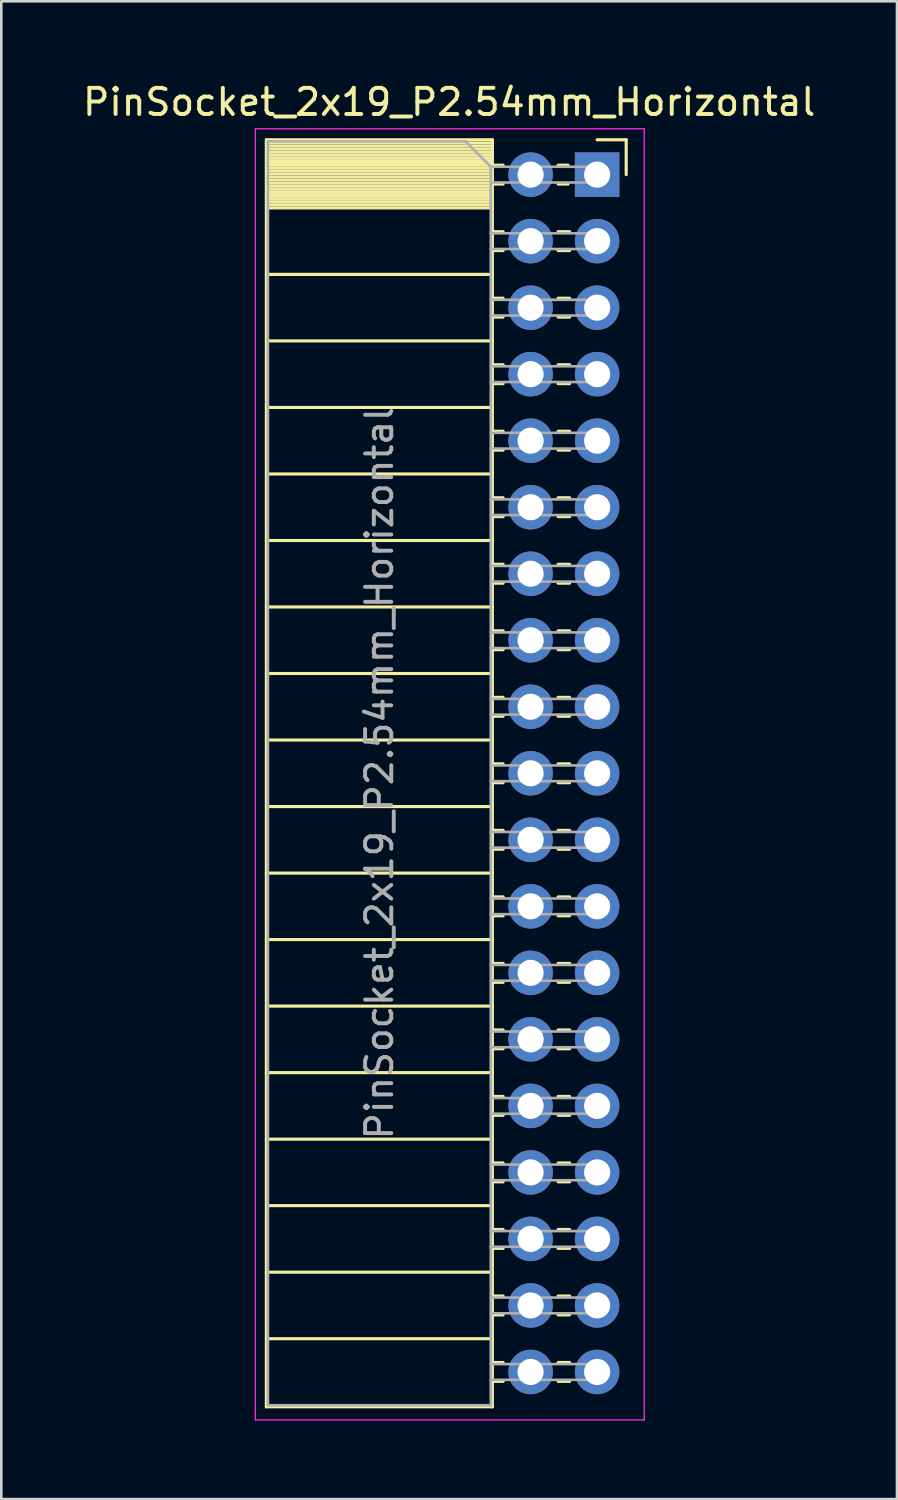
<source format=kicad_pcb>
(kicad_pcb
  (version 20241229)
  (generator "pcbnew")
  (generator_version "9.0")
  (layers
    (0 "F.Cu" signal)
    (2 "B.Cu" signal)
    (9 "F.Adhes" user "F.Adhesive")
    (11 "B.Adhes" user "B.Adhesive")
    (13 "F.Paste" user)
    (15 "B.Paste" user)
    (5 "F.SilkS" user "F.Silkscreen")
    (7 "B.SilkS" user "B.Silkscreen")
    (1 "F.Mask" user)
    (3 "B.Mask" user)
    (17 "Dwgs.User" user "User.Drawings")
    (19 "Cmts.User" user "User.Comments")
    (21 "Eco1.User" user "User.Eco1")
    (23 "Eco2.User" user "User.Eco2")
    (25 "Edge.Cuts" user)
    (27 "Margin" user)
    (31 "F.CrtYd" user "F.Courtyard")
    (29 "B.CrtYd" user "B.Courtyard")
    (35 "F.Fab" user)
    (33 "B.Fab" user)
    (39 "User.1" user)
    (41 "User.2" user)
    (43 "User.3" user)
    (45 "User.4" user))
  (footprint "PinSocket_2x19_P2.54mm_Horizontal"
    (layer "F.Cu")
    (at 19.751 3.618)
    (property "Reference" "PinSocket_2x19_P2.54mm_Horizontal" (at -5.65 -2.77 0) (layer "F.SilkS") (effects (font (size 1 1) (thickness 0.15))))
    (attr through_hole)
    (fp_line (start -12.63 -1.33) (end -12.63 47.05) (stroke (width 0.12) (type solid)) (layer "F.SilkS"))
    (fp_line (start -12.63 -1.33) (end -4 -1.33) (stroke (width 0.12) (type solid)) (layer "F.SilkS"))
    (fp_line (start -12.63 -1.21) (end -4 -1.21) (stroke (width 0.12) (type solid)) (layer "F.SilkS"))
    (fp_line (start -12.63 -1.092) (end -4 -1.092) (stroke (width 0.12) (type solid)) (layer "F.SilkS"))
    (fp_line (start -12.63 -0.974) (end -4 -0.974) (stroke (width 0.12) (type solid)) (layer "F.SilkS"))
    (fp_line (start -12.63 -0.856) (end -4 -0.856) (stroke (width 0.12) (type solid)) (layer "F.SilkS"))
    (fp_line (start -12.63 -0.738) (end -4 -0.738) (stroke (width 0.12) (type solid)) (layer "F.SilkS"))
    (fp_line (start -12.63 -0.62) (end -4 -0.62) (stroke (width 0.12) (type solid)) (layer "F.SilkS"))
    (fp_line (start -12.63 -0.501) (end -4 -0.501) (stroke (width 0.12) (type solid)) (layer "F.SilkS"))
    (fp_line (start -12.63 -0.383) (end -4 -0.383) (stroke (width 0.12) (type solid)) (layer "F.SilkS"))
    (fp_line (start -12.63 -0.265) (end -4 -0.265) (stroke (width 0.12) (type solid)) (layer "F.SilkS"))
    (fp_line (start -12.63 -0.147) (end -4 -0.147) (stroke (width 0.12) (type solid)) (layer "F.SilkS"))
    (fp_line (start -12.63 -0.029) (end -4 -0.029) (stroke (width 0.12) (type solid)) (layer "F.SilkS"))
    (fp_line (start -12.63 0.089) (end -4 0.089) (stroke (width 0.12) (type solid)) (layer "F.SilkS"))
    (fp_line (start -12.63 0.207) (end -4 0.207) (stroke (width 0.12) (type solid)) (layer "F.SilkS"))
    (fp_line (start -12.63 0.325) (end -4 0.325) (stroke (width 0.12) (type solid)) (layer "F.SilkS"))
    (fp_line (start -12.63 0.443) (end -4 0.443) (stroke (width 0.12) (type solid)) (layer "F.SilkS"))
    (fp_line (start -12.63 0.561) (end -4 0.561) (stroke (width 0.12) (type solid)) (layer "F.SilkS"))
    (fp_line (start -12.63 0.68) (end -4 0.68) (stroke (width 0.12) (type solid)) (layer "F.SilkS"))
    (fp_line (start -12.63 0.798) (end -4 0.798) (stroke (width 0.12) (type solid)) (layer "F.SilkS"))
    (fp_line (start -12.63 0.916) (end -4 0.916) (stroke (width 0.12) (type solid)) (layer "F.SilkS"))
    (fp_line (start -12.63 1.034) (end -4 1.034) (stroke (width 0.12) (type solid)) (layer "F.SilkS"))
    (fp_line (start -12.63 1.152) (end -4 1.152) (stroke (width 0.12) (type solid)) (layer "F.SilkS"))
    (fp_line (start -12.63 1.27) (end -4 1.27) (stroke (width 0.12) (type solid)) (layer "F.SilkS"))
    (fp_line (start -12.63 3.81) (end -4 3.81) (stroke (width 0.12) (type solid)) (layer "F.SilkS"))
    (fp_line (start -12.63 6.35) (end -4 6.35) (stroke (width 0.12) (type solid)) (layer "F.SilkS"))
    (fp_line (start -12.63 8.89) (end -4 8.89) (stroke (width 0.12) (type solid)) (layer "F.SilkS"))
    (fp_line (start -12.63 11.43) (end -4 11.43) (stroke (width 0.12) (type solid)) (layer "F.SilkS"))
    (fp_line (start -12.63 13.97) (end -4 13.97) (stroke (width 0.12) (type solid)) (layer "F.SilkS"))
    (fp_line (start -12.63 16.51) (end -4 16.51) (stroke (width 0.12) (type solid)) (layer "F.SilkS"))
    (fp_line (start -12.63 19.05) (end -4 19.05) (stroke (width 0.12) (type solid)) (layer "F.SilkS"))
    (fp_line (start -12.63 21.59) (end -4 21.59) (stroke (width 0.12) (type solid)) (layer "F.SilkS"))
    (fp_line (start -12.63 24.13) (end -4 24.13) (stroke (width 0.12) (type solid)) (layer "F.SilkS"))
    (fp_line (start -12.63 26.67) (end -4 26.67) (stroke (width 0.12) (type solid)) (layer "F.SilkS"))
    (fp_line (start -12.63 29.21) (end -4 29.21) (stroke (width 0.12) (type solid)) (layer "F.SilkS"))
    (fp_line (start -12.63 31.75) (end -4 31.75) (stroke (width 0.12) (type solid)) (layer "F.SilkS"))
    (fp_line (start -12.63 34.29) (end -4 34.29) (stroke (width 0.12) (type solid)) (layer "F.SilkS"))
    (fp_line (start -12.63 36.83) (end -4 36.83) (stroke (width 0.12) (type solid)) (layer "F.SilkS"))
    (fp_line (start -12.63 39.37) (end -4 39.37) (stroke (width 0.12) (type solid)) (layer "F.SilkS"))
    (fp_line (start -12.63 41.91) (end -4 41.91) (stroke (width 0.12) (type solid)) (layer "F.SilkS"))
    (fp_line (start -12.63 44.45) (end -4 44.45) (stroke (width 0.12) (type solid)) (layer "F.SilkS"))
    (fp_line (start -12.63 47.05) (end -4 47.05) (stroke (width 0.12) (type solid)) (layer "F.SilkS"))
    (fp_line (start -4 -1.33) (end -4 47.05) (stroke (width 0.12) (type solid)) (layer "F.SilkS"))
    (fp_line (start -4 -0.36) (end -3.59 -0.36) (stroke (width 0.12) (type solid)) (layer "F.SilkS"))
    (fp_line (start -4 0.36) (end -3.59 0.36) (stroke (width 0.12) (type solid)) (layer "F.SilkS"))
    (fp_line (start -4 2.18) (end -3.59 2.18) (stroke (width 0.12) (type solid)) (layer "F.SilkS"))
    (fp_line (start -4 2.9) (end -3.59 2.9) (stroke (width 0.12) (type solid)) (layer "F.SilkS"))
    (fp_line (start -4 4.72) (end -3.59 4.72) (stroke (width 0.12) (type solid)) (layer "F.SilkS"))
    (fp_line (start -4 5.44) (end -3.59 5.44) (stroke (width 0.12) (type solid)) (layer "F.SilkS"))
    (fp_line (start -4 7.26) (end -3.59 7.26) (stroke (width 0.12) (type solid)) (layer "F.SilkS"))
    (fp_line (start -4 7.98) (end -3.59 7.98) (stroke (width 0.12) (type solid)) (layer "F.SilkS"))
    (fp_line (start -4 9.8) (end -3.59 9.8) (stroke (width 0.12) (type solid)) (layer "F.SilkS"))
    (fp_line (start -4 10.52) (end -3.59 10.52) (stroke (width 0.12) (type solid)) (layer "F.SilkS"))
    (fp_line (start -4 12.34) (end -3.59 12.34) (stroke (width 0.12) (type solid)) (layer "F.SilkS"))
    (fp_line (start -4 13.06) (end -3.59 13.06) (stroke (width 0.12) (type solid)) (layer "F.SilkS"))
    (fp_line (start -4 14.88) (end -3.59 14.88) (stroke (width 0.12) (type solid)) (layer "F.SilkS"))
    (fp_line (start -4 15.6) (end -3.59 15.6) (stroke (width 0.12) (type solid)) (layer "F.SilkS"))
    (fp_line (start -4 17.42) (end -3.59 17.42) (stroke (width 0.12) (type solid)) (layer "F.SilkS"))
    (fp_line (start -4 18.14) (end -3.59 18.14) (stroke (width 0.12) (type solid)) (layer "F.SilkS"))
    (fp_line (start -4 19.96) (end -3.59 19.96) (stroke (width 0.12) (type solid)) (layer "F.SilkS"))
    (fp_line (start -4 20.68) (end -3.59 20.68) (stroke (width 0.12) (type solid)) (layer "F.SilkS"))
    (fp_line (start -4 22.5) (end -3.59 22.5) (stroke (width 0.12) (type solid)) (layer "F.SilkS"))
    (fp_line (start -4 23.22) (end -3.59 23.22) (stroke (width 0.12) (type solid)) (layer "F.SilkS"))
    (fp_line (start -4 25.04) (end -3.59 25.04) (stroke (width 0.12) (type solid)) (layer "F.SilkS"))
    (fp_line (start -4 25.76) (end -3.59 25.76) (stroke (width 0.12) (type solid)) (layer "F.SilkS"))
    (fp_line (start -4 27.58) (end -3.59 27.58) (stroke (width 0.12) (type solid)) (layer "F.SilkS"))
    (fp_line (start -4 28.3) (end -3.59 28.3) (stroke (width 0.12) (type solid)) (layer "F.SilkS"))
    (fp_line (start -4 30.12) (end -3.59 30.12) (stroke (width 0.12) (type solid)) (layer "F.SilkS"))
    (fp_line (start -4 30.84) (end -3.59 30.84) (stroke (width 0.12) (type solid)) (layer "F.SilkS"))
    (fp_line (start -4 32.66) (end -3.59 32.66) (stroke (width 0.12) (type solid)) (layer "F.SilkS"))
    (fp_line (start -4 33.38) (end -3.59 33.38) (stroke (width 0.12) (type solid)) (layer "F.SilkS"))
    (fp_line (start -4 35.2) (end -3.59 35.2) (stroke (width 0.12) (type solid)) (layer "F.SilkS"))
    (fp_line (start -4 35.92) (end -3.59 35.92) (stroke (width 0.12) (type solid)) (layer "F.SilkS"))
    (fp_line (start -4 37.74) (end -3.59 37.74) (stroke (width 0.12) (type solid)) (layer "F.SilkS"))
    (fp_line (start -4 38.46) (end -3.59 38.46) (stroke (width 0.12) (type solid)) (layer "F.SilkS"))
    (fp_line (start -4 40.28) (end -3.59 40.28) (stroke (width 0.12) (type solid)) (layer "F.SilkS"))
    (fp_line (start -4 41) (end -3.59 41) (stroke (width 0.12) (type solid)) (layer "F.SilkS"))
    (fp_line (start -4 42.82) (end -3.59 42.82) (stroke (width 0.12) (type solid)) (layer "F.SilkS"))
    (fp_line (start -4 43.54) (end -3.59 43.54) (stroke (width 0.12) (type solid)) (layer "F.SilkS"))
    (fp_line (start -4 45.36) (end -3.59 45.36) (stroke (width 0.12) (type solid)) (layer "F.SilkS"))
    (fp_line (start -4 46.08) (end -3.59 46.08) (stroke (width 0.12) (type solid)) (layer "F.SilkS"))
    (fp_line (start -1.49 -0.36) (end -1.11 -0.36) (stroke (width 0.12) (type solid)) (layer "F.SilkS"))
    (fp_line (start -1.49 0.36) (end -1.11 0.36) (stroke (width 0.12) (type solid)) (layer "F.SilkS"))
    (fp_line (start -1.49 2.18) (end -1.05 2.18) (stroke (width 0.12) (type solid)) (layer "F.SilkS"))
    (fp_line (start -1.49 2.9) (end -1.05 2.9) (stroke (width 0.12) (type solid)) (layer "F.SilkS"))
    (fp_line (start -1.49 4.72) (end -1.05 4.72) (stroke (width 0.12) (type solid)) (layer "F.SilkS"))
    (fp_line (start -1.49 5.44) (end -1.05 5.44) (stroke (width 0.12) (type solid)) (layer "F.SilkS"))
    (fp_line (start -1.49 7.26) (end -1.05 7.26) (stroke (width 0.12) (type solid)) (layer "F.SilkS"))
    (fp_line (start -1.49 7.98) (end -1.05 7.98) (stroke (width 0.12) (type solid)) (layer "F.SilkS"))
    (fp_line (start -1.49 9.8) (end -1.05 9.8) (stroke (width 0.12) (type solid)) (layer "F.SilkS"))
    (fp_line (start -1.49 10.52) (end -1.05 10.52) (stroke (width 0.12) (type solid)) (layer "F.SilkS"))
    (fp_line (start -1.49 12.34) (end -1.05 12.34) (stroke (width 0.12) (type solid)) (layer "F.SilkS"))
    (fp_line (start -1.49 13.06) (end -1.05 13.06) (stroke (width 0.12) (type solid)) (layer "F.SilkS"))
    (fp_line (start -1.49 14.88) (end -1.05 14.88) (stroke (width 0.12) (type solid)) (layer "F.SilkS"))
    (fp_line (start -1.49 15.6) (end -1.05 15.6) (stroke (width 0.12) (type solid)) (layer "F.SilkS"))
    (fp_line (start -1.49 17.42) (end -1.05 17.42) (stroke (width 0.12) (type solid)) (layer "F.SilkS"))
    (fp_line (start -1.49 18.14) (end -1.05 18.14) (stroke (width 0.12) (type solid)) (layer "F.SilkS"))
    (fp_line (start -1.49 19.96) (end -1.05 19.96) (stroke (width 0.12) (type solid)) (layer "F.SilkS"))
    (fp_line (start -1.49 20.68) (end -1.05 20.68) (stroke (width 0.12) (type solid)) (layer "F.SilkS"))
    (fp_line (start -1.49 22.5) (end -1.05 22.5) (stroke (width 0.12) (type solid)) (layer "F.SilkS"))
    (fp_line (start -1.49 23.22) (end -1.05 23.22) (stroke (width 0.12) (type solid)) (layer "F.SilkS"))
    (fp_line (start -1.49 25.04) (end -1.05 25.04) (stroke (width 0.12) (type solid)) (layer "F.SilkS"))
    (fp_line (start -1.49 25.76) (end -1.05 25.76) (stroke (width 0.12) (type solid)) (layer "F.SilkS"))
    (fp_line (start -1.49 27.58) (end -1.05 27.58) (stroke (width 0.12) (type solid)) (layer "F.SilkS"))
    (fp_line (start -1.49 28.3) (end -1.05 28.3) (stroke (width 0.12) (type solid)) (layer "F.SilkS"))
    (fp_line (start -1.49 30.12) (end -1.05 30.12) (stroke (width 0.12) (type solid)) (layer "F.SilkS"))
    (fp_line (start -1.49 30.84) (end -1.05 30.84) (stroke (width 0.12) (type solid)) (layer "F.SilkS"))
    (fp_line (start -1.49 32.66) (end -1.05 32.66) (stroke (width 0.12) (type solid)) (layer "F.SilkS"))
    (fp_line (start -1.49 33.38) (end -1.05 33.38) (stroke (width 0.12) (type solid)) (layer "F.SilkS"))
    (fp_line (start -1.49 35.2) (end -1.05 35.2) (stroke (width 0.12) (type solid)) (layer "F.SilkS"))
    (fp_line (start -1.49 35.92) (end -1.05 35.92) (stroke (width 0.12) (type solid)) (layer "F.SilkS"))
    (fp_line (start -1.49 37.74) (end -1.05 37.74) (stroke (width 0.12) (type solid)) (layer "F.SilkS"))
    (fp_line (start -1.49 38.46) (end -1.05 38.46) (stroke (width 0.12) (type solid)) (layer "F.SilkS"))
    (fp_line (start -1.49 40.28) (end -1.05 40.28) (stroke (width 0.12) (type solid)) (layer "F.SilkS"))
    (fp_line (start -1.49 41) (end -1.05 41) (stroke (width 0.12) (type solid)) (layer "F.SilkS"))
    (fp_line (start -1.49 42.82) (end -1.05 42.82) (stroke (width 0.12) (type solid)) (layer "F.SilkS"))
    (fp_line (start -1.49 43.54) (end -1.05 43.54) (stroke (width 0.12) (type solid)) (layer "F.SilkS"))
    (fp_line (start -1.49 45.36) (end -1.05 45.36) (stroke (width 0.12) (type solid)) (layer "F.SilkS"))
    (fp_line (start -1.49 46.08) (end -1.05 46.08) (stroke (width 0.12) (type solid)) (layer "F.SilkS"))
    (fp_line (start 0 -1.33) (end 1.11 -1.33) (stroke (width 0.12) (type solid)) (layer "F.SilkS"))
    (fp_line (start 1.11 -1.33) (end 1.11 0) (stroke (width 0.12) (type solid)) (layer "F.SilkS"))
    (fp_line (start -13.05 -1.75) (end -13.05 47.55) (stroke (width 0.05) (type solid)) (layer "F.CrtYd"))
    (fp_line (start -13.05 47.55) (end 1.8 47.55) (stroke (width 0.05) (type solid)) (layer "F.CrtYd"))
    (fp_line (start 1.8 -1.75) (end -13.05 -1.75) (stroke (width 0.05) (type solid)) (layer "F.CrtYd"))
    (fp_line (start 1.8 47.55) (end 1.8 -1.75) (stroke (width 0.05) (type solid)) (layer "F.CrtYd"))
    (fp_line (start -12.57 -1.27) (end -5.03 -1.27) (stroke (width 0.1) (type solid)) (layer "F.Fab"))
    (fp_line (start -12.57 46.99) (end -12.57 -1.27) (stroke (width 0.1) (type solid)) (layer "F.Fab"))
    (fp_line (start -5.03 -1.27) (end -4.06 -0.3) (stroke (width 0.1) (type solid)) (layer "F.Fab"))
    (fp_line (start -4.06 -0.3) (end -4.06 46.99) (stroke (width 0.1) (type solid)) (layer "F.Fab"))
    (fp_line (start -4.06 0.3) (end 0 0.3) (stroke (width 0.1) (type solid)) (layer "F.Fab"))
    (fp_line (start -4.06 2.84) (end 0 2.84) (stroke (width 0.1) (type solid)) (layer "F.Fab"))
    (fp_line (start -4.06 5.38) (end 0 5.38) (stroke (width 0.1) (type solid)) (layer "F.Fab"))
    (fp_line (start -4.06 7.92) (end 0 7.92) (stroke (width 0.1) (type solid)) (layer "F.Fab"))
    (fp_line (start -4.06 10.46) (end 0 10.46) (stroke (width 0.1) (type solid)) (layer "F.Fab"))
    (fp_line (start -4.06 13) (end 0 13) (stroke (width 0.1) (type solid)) (layer "F.Fab"))
    (fp_line (start -4.06 15.54) (end 0 15.54) (stroke (width 0.1) (type solid)) (layer "F.Fab"))
    (fp_line (start -4.06 18.08) (end 0 18.08) (stroke (width 0.1) (type solid)) (layer "F.Fab"))
    (fp_line (start -4.06 20.62) (end 0 20.62) (stroke (width 0.1) (type solid)) (layer "F.Fab"))
    (fp_line (start -4.06 23.16) (end 0 23.16) (stroke (width 0.1) (type solid)) (layer "F.Fab"))
    (fp_line (start -4.06 25.7) (end 0 25.7) (stroke (width 0.1) (type solid)) (layer "F.Fab"))
    (fp_line (start -4.06 28.24) (end 0 28.24) (stroke (width 0.1) (type solid)) (layer "F.Fab"))
    (fp_line (start -4.06 30.78) (end 0 30.78) (stroke (width 0.1) (type solid)) (layer "F.Fab"))
    (fp_line (start -4.06 33.32) (end 0 33.32) (stroke (width 0.1) (type solid)) (layer "F.Fab"))
    (fp_line (start -4.06 35.86) (end 0 35.86) (stroke (width 0.1) (type solid)) (layer "F.Fab"))
    (fp_line (start -4.06 38.4) (end 0 38.4) (stroke (width 0.1) (type solid)) (layer "F.Fab"))
    (fp_line (start -4.06 40.94) (end 0 40.94) (stroke (width 0.1) (type solid)) (layer "F.Fab"))
    (fp_line (start -4.06 43.48) (end 0 43.48) (stroke (width 0.1) (type solid)) (layer "F.Fab"))
    (fp_line (start -4.06 46.02) (end 0 46.02) (stroke (width 0.1) (type solid)) (layer "F.Fab"))
    (fp_line (start -4.06 46.99) (end -12.57 46.99) (stroke (width 0.1) (type solid)) (layer "F.Fab"))
    (fp_line (start 0 -0.3) (end -4.06 -0.3) (stroke (width 0.1) (type solid)) (layer "F.Fab"))
    (fp_line (start 0 0.3) (end 0 -0.3) (stroke (width 0.1) (type solid)) (layer "F.Fab"))
    (fp_line (start 0 2.24) (end -4.06 2.24) (stroke (width 0.1) (type solid)) (layer "F.Fab"))
    (fp_line (start 0 2.84) (end 0 2.24) (stroke (width 0.1) (type solid)) (layer "F.Fab"))
    (fp_line (start 0 4.78) (end -4.06 4.78) (stroke (width 0.1) (type solid)) (layer "F.Fab"))
    (fp_line (start 0 5.38) (end 0 4.78) (stroke (width 0.1) (type solid)) (layer "F.Fab"))
    (fp_line (start 0 7.32) (end -4.06 7.32) (stroke (width 0.1) (type solid)) (layer "F.Fab"))
    (fp_line (start 0 7.92) (end 0 7.32) (stroke (width 0.1) (type solid)) (layer "F.Fab"))
    (fp_line (start 0 9.86) (end -4.06 9.86) (stroke (width 0.1) (type solid)) (layer "F.Fab"))
    (fp_line (start 0 10.46) (end 0 9.86) (stroke (width 0.1) (type solid)) (layer "F.Fab"))
    (fp_line (start 0 12.4) (end -4.06 12.4) (stroke (width 0.1) (type solid)) (layer "F.Fab"))
    (fp_line (start 0 13) (end 0 12.4) (stroke (width 0.1) (type solid)) (layer "F.Fab"))
    (fp_line (start 0 14.94) (end -4.06 14.94) (stroke (width 0.1) (type solid)) (layer "F.Fab"))
    (fp_line (start 0 15.54) (end 0 14.94) (stroke (width 0.1) (type solid)) (layer "F.Fab"))
    (fp_line (start 0 17.48) (end -4.06 17.48) (stroke (width 0.1) (type solid)) (layer "F.Fab"))
    (fp_line (start 0 18.08) (end 0 17.48) (stroke (width 0.1) (type solid)) (layer "F.Fab"))
    (fp_line (start 0 20.02) (end -4.06 20.02) (stroke (width 0.1) (type solid)) (layer "F.Fab"))
    (fp_line (start 0 20.62) (end 0 20.02) (stroke (width 0.1) (type solid)) (layer "F.Fab"))
    (fp_line (start 0 22.56) (end -4.06 22.56) (stroke (width 0.1) (type solid)) (layer "F.Fab"))
    (fp_line (start 0 23.16) (end 0 22.56) (stroke (width 0.1) (type solid)) (layer "F.Fab"))
    (fp_line (start 0 25.1) (end -4.06 25.1) (stroke (width 0.1) (type solid)) (layer "F.Fab"))
    (fp_line (start 0 25.7) (end 0 25.1) (stroke (width 0.1) (type solid)) (layer "F.Fab"))
    (fp_line (start 0 27.64) (end -4.06 27.64) (stroke (width 0.1) (type solid)) (layer "F.Fab"))
    (fp_line (start 0 28.24) (end 0 27.64) (stroke (width 0.1) (type solid)) (layer "F.Fab"))
    (fp_line (start 0 30.18) (end -4.06 30.18) (stroke (width 0.1) (type solid)) (layer "F.Fab"))
    (fp_line (start 0 30.78) (end 0 30.18) (stroke (width 0.1) (type solid)) (layer "F.Fab"))
    (fp_line (start 0 32.72) (end -4.06 32.72) (stroke (width 0.1) (type solid)) (layer "F.Fab"))
    (fp_line (start 0 33.32) (end 0 32.72) (stroke (width 0.1) (type solid)) (layer "F.Fab"))
    (fp_line (start 0 35.26) (end -4.06 35.26) (stroke (width 0.1) (type solid)) (layer "F.Fab"))
    (fp_line (start 0 35.86) (end 0 35.26) (stroke (width 0.1) (type solid)) (layer "F.Fab"))
    (fp_line (start 0 37.8) (end -4.06 37.8) (stroke (width 0.1) (type solid)) (layer "F.Fab"))
    (fp_line (start 0 38.4) (end 0 37.8) (stroke (width 0.1) (type solid)) (layer "F.Fab"))
    (fp_line (start 0 40.34) (end -4.06 40.34) (stroke (width 0.1) (type solid)) (layer "F.Fab"))
    (fp_line (start 0 40.94) (end 0 40.34) (stroke (width 0.1) (type solid)) (layer "F.Fab"))
    (fp_line (start 0 42.88) (end -4.06 42.88) (stroke (width 0.1) (type solid)) (layer "F.Fab"))
    (fp_line (start 0 43.48) (end 0 42.88) (stroke (width 0.1) (type solid)) (layer "F.Fab"))
    (fp_line (start 0 45.42) (end -4.06 45.42) (stroke (width 0.1) (type solid)) (layer "F.Fab"))
    (fp_line (start 0 46.02) (end 0 45.42) (stroke (width 0.1) (type solid)) (layer "F.Fab"))
    (fp_text user "${REFERENCE}" (at -8.315 22.86 90) (layer "F.Fab") (effects (font (size 1 1) (thickness 0.15))))
    (pad "1" thru_hole rect (at 0 0) (size 1.7 1.7) (drill 1) (layers "*.Cu" "*.Mask"))
    (pad "2" thru_hole circle (at -2.54 0) (size 1.7 1.7) (drill 1) (layers "*.Cu" "*.Mask"))
    (pad "3" thru_hole circle (at 0 2.54) (size 1.7 1.7) (drill 1) (layers "*.Cu" "*.Mask"))
    (pad "4" thru_hole circle (at -2.54 2.54) (size 1.7 1.7) (drill 1) (layers "*.Cu" "*.Mask"))
    (pad "5" thru_hole circle (at 0 5.08) (size 1.7 1.7) (drill 1) (layers "*.Cu" "*.Mask"))
    (pad "6" thru_hole circle (at -2.54 5.08) (size 1.7 1.7) (drill 1) (layers "*.Cu" "*.Mask"))
    (pad "7" thru_hole circle (at 0 7.62) (size 1.7 1.7) (drill 1) (layers "*.Cu" "*.Mask"))
    (pad "8" thru_hole circle (at -2.54 7.62) (size 1.7 1.7) (drill 1) (layers "*.Cu" "*.Mask"))
    (pad "9" thru_hole circle (at 0 10.16) (size 1.7 1.7) (drill 1) (layers "*.Cu" "*.Mask"))
    (pad "10" thru_hole circle (at -2.54 10.16) (size 1.7 1.7) (drill 1) (layers "*.Cu" "*.Mask"))
    (pad "11" thru_hole circle (at 0 12.7) (size 1.7 1.7) (drill 1) (layers "*.Cu" "*.Mask"))
    (pad "12" thru_hole circle (at -2.54 12.7) (size 1.7 1.7) (drill 1) (layers "*.Cu" "*.Mask"))
    (pad "13" thru_hole circle (at 0 15.24) (size 1.7 1.7) (drill 1) (layers "*.Cu" "*.Mask"))
    (pad "14" thru_hole circle (at -2.54 15.24) (size 1.7 1.7) (drill 1) (layers "*.Cu" "*.Mask"))
    (pad "15" thru_hole circle (at 0 17.78) (size 1.7 1.7) (drill 1) (layers "*.Cu" "*.Mask"))
    (pad "16" thru_hole circle (at -2.54 17.78) (size 1.7 1.7) (drill 1) (layers "*.Cu" "*.Mask"))
    (pad "17" thru_hole circle (at 0 20.32) (size 1.7 1.7) (drill 1) (layers "*.Cu" "*.Mask"))
    (pad "18" thru_hole circle (at -2.54 20.32) (size 1.7 1.7) (drill 1) (layers "*.Cu" "*.Mask"))
    (pad "19" thru_hole circle (at 0 22.86) (size 1.7 1.7) (drill 1) (layers "*.Cu" "*.Mask"))
    (pad "20" thru_hole circle (at -2.54 22.86) (size 1.7 1.7) (drill 1) (layers "*.Cu" "*.Mask"))
    (pad "21" thru_hole circle (at 0 25.4) (size 1.7 1.7) (drill 1) (layers "*.Cu" "*.Mask"))
    (pad "22" thru_hole circle (at -2.54 25.4) (size 1.7 1.7) (drill 1) (layers "*.Cu" "*.Mask"))
    (pad "23" thru_hole circle (at 0 27.94) (size 1.7 1.7) (drill 1) (layers "*.Cu" "*.Mask"))
    (pad "24" thru_hole circle (at -2.54 27.94) (size 1.7 1.7) (drill 1) (layers "*.Cu" "*.Mask"))
    (pad "25" thru_hole circle (at 0 30.48) (size 1.7 1.7) (drill 1) (layers "*.Cu" "*.Mask"))
    (pad "26" thru_hole circle (at -2.54 30.48) (size 1.7 1.7) (drill 1) (layers "*.Cu" "*.Mask"))
    (pad "27" thru_hole circle (at 0 33.02) (size 1.7 1.7) (drill 1) (layers "*.Cu" "*.Mask"))
    (pad "28" thru_hole circle (at -2.54 33.02) (size 1.7 1.7) (drill 1) (layers "*.Cu" "*.Mask"))
    (pad "29" thru_hole circle (at 0 35.56) (size 1.7 1.7) (drill 1) (layers "*.Cu" "*.Mask"))
    (pad "30" thru_hole circle (at -2.54 35.56) (size 1.7 1.7) (drill 1) (layers "*.Cu" "*.Mask"))
    (pad "31" thru_hole circle (at 0 38.1) (size 1.7 1.7) (drill 1) (layers "*.Cu" "*.Mask"))
    (pad "32" thru_hole circle (at -2.54 38.1) (size 1.7 1.7) (drill 1) (layers "*.Cu" "*.Mask"))
    (pad "33" thru_hole circle (at 0 40.64) (size 1.7 1.7) (drill 1) (layers "*.Cu" "*.Mask"))
    (pad "34" thru_hole circle (at -2.54 40.64) (size 1.7 1.7) (drill 1) (layers "*.Cu" "*.Mask"))
    (pad "35" thru_hole circle (at 0 43.18) (size 1.7 1.7) (drill 1) (layers "*.Cu" "*.Mask"))
    (pad "36" thru_hole circle (at -2.54 43.18) (size 1.7 1.7) (drill 1) (layers "*.Cu" "*.Mask"))
    (pad "37" thru_hole circle (at 0 45.72) (size 1.7 1.7) (drill 1) (layers "*.Cu" "*.Mask"))
    (pad "38" thru_hole circle (at -2.54 45.72) (size 1.7 1.7) (drill 1) (layers "*.Cu" "*.Mask")))
  (gr_rect
    (start -3 -3)
    (end 31.202 54.193)
    (stroke (width 0.1) (type default))
    (fill no)
    (layer "Edge.Cuts")))
</source>
